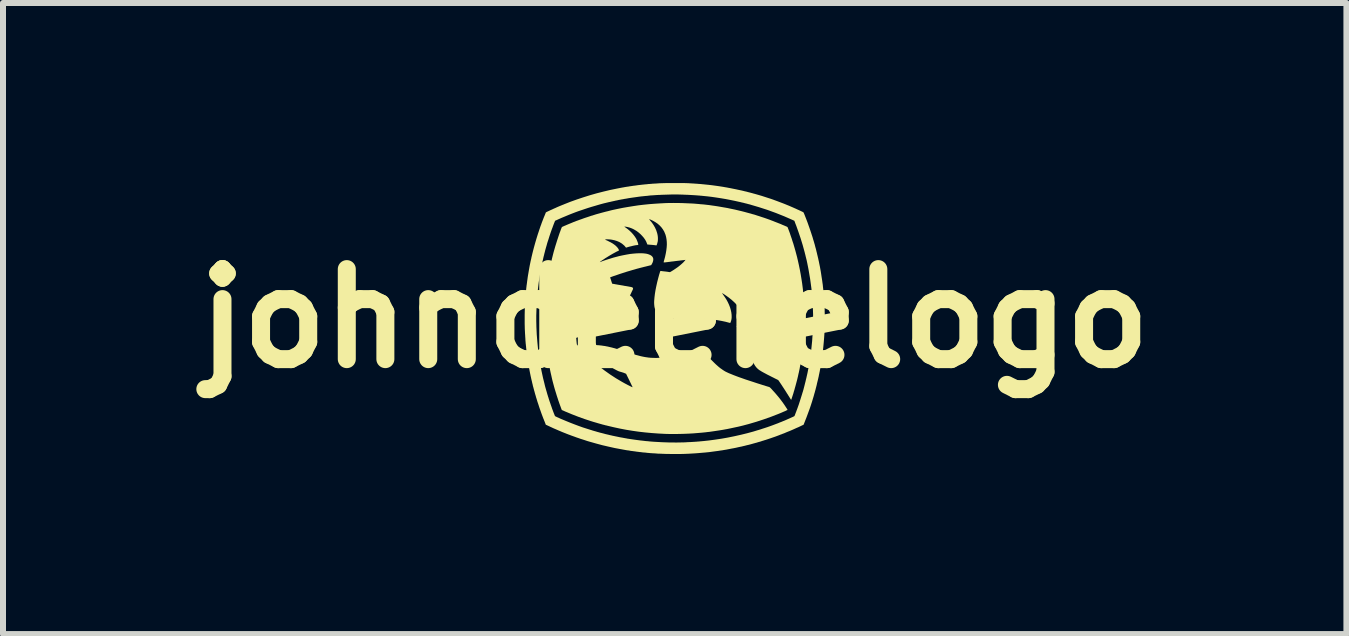
<source format=kicad_pcb>
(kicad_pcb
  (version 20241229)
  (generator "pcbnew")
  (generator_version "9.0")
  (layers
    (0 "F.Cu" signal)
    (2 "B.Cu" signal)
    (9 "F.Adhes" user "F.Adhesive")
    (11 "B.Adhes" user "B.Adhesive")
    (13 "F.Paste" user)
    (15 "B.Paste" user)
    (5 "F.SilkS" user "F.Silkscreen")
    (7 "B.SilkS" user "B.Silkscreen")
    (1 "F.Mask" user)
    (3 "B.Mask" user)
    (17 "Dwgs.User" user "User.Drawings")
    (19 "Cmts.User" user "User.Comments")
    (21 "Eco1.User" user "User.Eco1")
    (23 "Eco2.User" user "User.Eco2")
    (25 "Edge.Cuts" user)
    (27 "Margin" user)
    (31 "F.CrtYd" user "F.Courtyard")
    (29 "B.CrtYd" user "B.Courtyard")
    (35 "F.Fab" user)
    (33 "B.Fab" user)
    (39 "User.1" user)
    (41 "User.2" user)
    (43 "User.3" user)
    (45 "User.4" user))
  (footprint "johndeerelogo"
    (layer "F.Cu")
    (at 8.193 2.256)
    (property "Reference" "johndeerelogo" (at 0 0 0) (layer "F.SilkS") (effects (font (size 1.5 1.5) (thickness 0.3))))
    (attr board_only exclude_from_pos_files exclude_from_bom)
    (fp_poly (pts (xy 0.053 -2.256) (xy 0.093 -2.256) (xy 0.132 -2.256) (xy 0.168 -2.255) (xy 0.202 -2.254) (xy 0.232 -2.253) (xy 0.257 -2.251) (xy 0.26 -2.251) (xy 0.276 -2.25) (xy 0.295 -2.249) (xy 0.316 -2.248) (xy 0.337 -2.246) (xy 0.356 -2.245) (xy 0.356 -2.245) (xy 0.374 -2.244) (xy 0.392 -2.242) (xy 0.409 -2.241) (xy 0.423 -2.24) (xy 0.434 -2.239) (xy 0.436 -2.239) (xy 0.463 -2.236) (xy 0.486 -2.234) (xy 0.505 -2.232) (xy 0.522 -2.23) (xy 0.537 -2.229) (xy 0.551 -2.227) (xy 0.565 -2.226) (xy 0.58 -2.224) (xy 0.59 -2.223) (xy 0.632 -2.218) (xy 0.675 -2.212) (xy 0.719 -2.206) (xy 0.765 -2.199) (xy 0.815 -2.191) (xy 0.841 -2.186) (xy 0.867 -2.182) (xy 0.897 -2.176) (xy 0.93 -2.17) (xy 0.964 -2.163) (xy 0.999 -2.156) (xy 1.034 -2.149) (xy 1.046 -2.146) (xy 1.06 -2.143) (xy 1.075 -2.14) (xy 1.088 -2.137) (xy 1.098 -2.135) (xy 1.099 -2.135) (xy 1.107 -2.133) (xy 1.118 -2.131) (xy 1.133 -2.127) (xy 1.151 -2.123) (xy 1.169 -2.118) (xy 1.189 -2.114) (xy 1.208 -2.109) (xy 1.226 -2.104) (xy 1.243 -2.1) (xy 1.257 -2.096) (xy 1.267 -2.094) (xy 1.272 -2.092) (xy 1.281 -2.09) (xy 1.292 -2.087) (xy 1.306 -2.083) (xy 1.319 -2.079) (xy 1.321 -2.079) (xy 1.364 -2.067) (xy 1.409 -2.054) (xy 1.456 -2.04) (xy 1.502 -2.025) (xy 1.548 -2.01) (xy 1.592 -1.996) (xy 1.633 -1.982) (xy 1.668 -1.969) (xy 1.709 -1.954) (xy 1.746 -1.94) (xy 1.78 -1.927) (xy 1.812 -1.915) (xy 1.842 -1.903) (xy 1.871 -1.891) (xy 1.901 -1.879) (xy 1.931 -1.866) (xy 1.942 -1.861) (xy 1.959 -1.854) (xy 1.977 -1.846) (xy 1.997 -1.837) (xy 2.018 -1.828) (xy 2.039 -1.818) (xy 2.059 -1.809) (xy 2.079 -1.8) (xy 2.096 -1.792) (xy 2.111 -1.785) (xy 2.124 -1.779) (xy 2.132 -1.775) (xy 2.135 -1.773) (xy 2.147 -1.766) (xy 2.162 -1.731) (xy 2.187 -1.667) (xy 2.212 -1.602) (xy 2.235 -1.537) (xy 2.257 -1.474) (xy 2.277 -1.414) (xy 2.282 -1.398) (xy 2.289 -1.377) (xy 2.296 -1.356) (xy 2.302 -1.335) (xy 2.308 -1.314) (xy 2.314 -1.295) (xy 2.319 -1.279) (xy 2.323 -1.265) (xy 2.326 -1.255) (xy 2.327 -1.251) (xy 2.328 -1.246) (xy 2.331 -1.238) (xy 2.334 -1.227) (xy 2.337 -1.214) (xy 2.338 -1.211) (xy 2.344 -1.187) (xy 2.35 -1.167) (xy 2.355 -1.148) (xy 2.359 -1.131) (xy 2.363 -1.114) (xy 2.368 -1.095) (xy 2.373 -1.073) (xy 2.375 -1.064) (xy 2.381 -1.04) (xy 2.386 -1.018) (xy 2.391 -0.998) (xy 2.395 -0.978) (xy 2.4 -0.957) (xy 2.405 -0.934) (xy 2.407 -0.922) (xy 2.413 -0.893) (xy 2.42 -0.86) (xy 2.426 -0.825) (xy 2.433 -0.787) (xy 2.439 -0.749) (xy 2.445 -0.709) (xy 2.451 -0.67) (xy 2.457 -0.632) (xy 2.462 -0.595) (xy 2.467 -0.561) (xy 2.47 -0.53) (xy 2.473 -0.503) (xy 2.473 -0.502) (xy 2.475 -0.488) (xy 2.476 -0.474) (xy 2.478 -0.462) (xy 2.478 -0.457) (xy 2.48 -0.442) (xy 2.482 -0.424) (xy 2.484 -0.402) (xy 2.486 -0.377) (xy 2.488 -0.35) (xy 2.49 -0.322) (xy 2.492 -0.293) (xy 2.493 -0.264) (xy 2.495 -0.236) (xy 2.496 -0.209) (xy 2.497 -0.184) (xy 2.498 -0.175) (xy 2.499 -0.146) (xy 2.499 -0.114) (xy 2.5 -0.078) (xy 2.5 -0.041) (xy 2.5 -0.002) (xy 2.5 0.037) (xy 2.5 0.075) (xy 2.499 0.112) (xy 2.499 0.145) (xy 2.498 0.176) (xy 2.498 0.177) (xy 2.495 0.246) (xy 2.49 0.318) (xy 2.484 0.392) (xy 2.477 0.467) (xy 2.469 0.542) (xy 2.46 0.616) (xy 2.45 0.688) (xy 2.439 0.756) (xy 2.43 0.812) (xy 2.425 0.839) (xy 2.42 0.861) (xy 2.417 0.88) (xy 2.413 0.896) (xy 2.411 0.91) (xy 2.408 0.922) (xy 2.406 0.931) (xy 2.403 0.946) (xy 2.4 0.962) (xy 2.397 0.977) (xy 2.395 0.983) (xy 2.393 0.994) (xy 2.389 1.01) (xy 2.385 1.028) (xy 2.38 1.048) (xy 2.375 1.068) (xy 2.37 1.089) (xy 2.366 1.109) (xy 2.361 1.128) (xy 2.357 1.144) (xy 2.354 1.156) (xy 2.352 1.162) (xy 2.349 1.176) (xy 2.345 1.191) (xy 2.341 1.205) (xy 2.34 1.207) (xy 2.337 1.219) (xy 2.333 1.235) (xy 2.327 1.254) (xy 2.321 1.277) (xy 2.313 1.305) (xy 2.304 1.334) (xy 2.29 1.381) (xy 2.274 1.431) (xy 2.256 1.485) (xy 2.236 1.54) (xy 2.215 1.597) (xy 2.194 1.654) (xy 2.176 1.699) (xy 2.148 1.771) (xy 2.12 1.784) (xy 2.087 1.8) (xy 2.057 1.814) (xy 2.028 1.826) (xy 2 1.839) (xy 1.971 1.852) (xy 1.941 1.865) (xy 1.927 1.871) (xy 1.91 1.878) (xy 1.892 1.885) (xy 1.872 1.893) (xy 1.853 1.901) (xy 1.835 1.909) (xy 1.818 1.916) (xy 1.803 1.921) (xy 1.791 1.926) (xy 1.784 1.929) (xy 1.776 1.932) (xy 1.766 1.935) (xy 1.754 1.94) (xy 1.742 1.945) (xy 1.71 1.957) (xy 1.675 1.97) (xy 1.637 1.983) (xy 1.597 1.997) (xy 1.558 2.01) (xy 1.519 2.023) (xy 1.503 2.028) (xy 1.488 2.032) (xy 1.475 2.037) (xy 1.463 2.04) (xy 1.454 2.043) (xy 1.449 2.045) (xy 1.442 2.047) (xy 1.431 2.051) (xy 1.417 2.055) (xy 1.401 2.059) (xy 1.384 2.064) (xy 1.366 2.07) (xy 1.349 2.074) (xy 1.333 2.079) (xy 1.323 2.081) (xy 1.31 2.085) (xy 1.296 2.089) (xy 1.284 2.092) (xy 1.275 2.095) (xy 1.275 2.095) (xy 1.267 2.097) (xy 1.256 2.1) (xy 1.241 2.104) (xy 1.225 2.108) (xy 1.206 2.112) (xy 1.187 2.117) (xy 1.168 2.122) (xy 1.15 2.126) (xy 1.133 2.13) (xy 1.119 2.134) (xy 1.108 2.136) (xy 1.102 2.137) (xy 1.06 2.146) (xy 1.021 2.155) (xy 0.986 2.162) (xy 0.953 2.168) (xy 0.922 2.174) (xy 0.891 2.18) (xy 0.861 2.186) (xy 0.83 2.191) (xy 0.829 2.191) (xy 0.796 2.197) (xy 0.76 2.202) (xy 0.722 2.208) (xy 0.683 2.213) (xy 0.645 2.218) (xy 0.608 2.223) (xy 0.572 2.228) (xy 0.54 2.231) (xy 0.512 2.234) (xy 0.452 2.239) (xy 0.396 2.244) (xy 0.344 2.248) (xy 0.293 2.251) (xy 0.244 2.254) (xy 0.196 2.256) (xy 0.147 2.258) (xy 0.098 2.259) (xy 0.047 2.259) (xy -0.007 2.259) (xy -0.064 2.259) (xy -0.117 2.258) (xy -0.142 2.258) (xy -0.168 2.257) (xy -0.195 2.256) (xy -0.22 2.255) (xy -0.244 2.254) (xy -0.264 2.254) (xy -0.281 2.253) (xy -0.282 2.253) (xy -0.315 2.25) (xy -0.344 2.248) (xy -0.371 2.247) (xy -0.394 2.245) (xy -0.414 2.244) (xy -0.43 2.242) (xy -0.442 2.241) (xy -0.449 2.241) (xy -0.452 2.24) (xy -0.455 2.24) (xy -0.463 2.239) (xy -0.473 2.238) (xy -0.486 2.236) (xy -0.499 2.235) (xy -0.517 2.234) (xy -0.537 2.232) (xy -0.558 2.229) (xy -0.576 2.227) (xy -0.582 2.227) (xy -0.609 2.223) (xy -0.636 2.22) (xy -0.661 2.216) (xy -0.685 2.213) (xy -0.706 2.21) (xy -0.724 2.208) (xy -0.738 2.206) (xy -0.749 2.204) (xy -0.752 2.203) (xy -0.764 2.201) (xy -0.778 2.199) (xy -0.79 2.198) (xy -0.801 2.196) (xy -0.815 2.194) (xy -0.829 2.191) (xy -0.835 2.19) (xy -0.847 2.188) (xy -0.863 2.185) (xy -0.879 2.182) (xy -0.895 2.179) (xy -0.896 2.179) (xy -0.998 2.16) (xy -1.101 2.137) (xy -1.204 2.113) (xy -1.305 2.086) (xy -1.404 2.058) (xy -1.408 2.057) (xy -1.418 2.054) (xy -1.432 2.05) (xy -1.446 2.046) (xy -1.456 2.043) (xy -1.48 2.035) (xy -1.507 2.026) (xy -1.538 2.016) (xy -1.57 2.006) (xy -1.604 1.994) (xy -1.637 1.983) (xy -1.669 1.971) (xy -1.7 1.96) (xy -1.728 1.95) (xy -1.748 1.942) (xy -1.76 1.938) (xy -1.771 1.934) (xy -1.78 1.93) (xy -1.784 1.929) (xy -1.791 1.926) (xy -1.802 1.922) (xy -1.816 1.916) (xy -1.834 1.909) (xy -1.854 1.901) (xy -1.877 1.892) (xy -1.895 1.884) (xy -1.917 1.875) (xy -1.943 1.864) (xy -1.97 1.852) (xy -1.998 1.84) (xy -2.026 1.828) (xy -2.051 1.816) (xy -2.074 1.806) (xy -2.079 1.803) (xy -2.092 1.797) (xy -2.107 1.79) (xy -2.12 1.784) (xy -2.126 1.781) (xy -2.148 1.771) (xy -2.17 1.714) (xy -2.177 1.698) (xy -2.182 1.683) (xy -2.188 1.67) (xy -2.192 1.66) (xy -2.194 1.653) (xy -2.195 1.651) (xy -2.201 1.636) (xy -2.208 1.617) (xy -2.216 1.596) (xy -2.225 1.571) (xy -2.234 1.545) (xy -2.244 1.517) (xy -2.254 1.489) (xy -2.263 1.461) (xy -2.272 1.433) (xy -2.281 1.407) (xy -2.289 1.383) (xy -2.295 1.362) (xy -2.299 1.349) (xy -2.303 1.336) (xy -2.307 1.324) (xy -2.309 1.318) (xy -2.312 1.307) (xy -2.316 1.292) (xy -2.321 1.275) (xy -2.327 1.256) (xy -2.332 1.237) (xy -2.337 1.218) (xy -2.342 1.202) (xy -2.345 1.189) (xy -2.349 1.176) (xy -2.352 1.163) (xy -2.355 1.152) (xy -2.356 1.148) (xy -2.36 1.135) (xy -2.364 1.119) (xy -2.368 1.099) (xy -2.374 1.077) (xy -2.379 1.053) (xy -2.385 1.029) (xy -2.391 1.004) (xy -2.396 0.98) (xy -2.401 0.958) (xy -2.405 0.937) (xy -2.406 0.934) (xy -2.417 0.878) (xy -2.428 0.819) (xy -2.439 0.758) (xy -2.448 0.697) (xy -2.457 0.636) (xy -2.465 0.577) (xy -2.472 0.52) (xy -2.476 0.485) (xy -2.477 0.469) (xy -2.479 0.455) (xy -2.48 0.442) (xy -2.481 0.433) (xy -2.482 0.428) (xy -2.482 0.427) (xy -2.483 0.419) (xy -2.484 0.407) (xy -2.485 0.391) (xy -2.487 0.373) (xy -2.488 0.352) (xy -2.489 0.329) (xy -2.491 0.305) (xy -2.492 0.281) (xy -2.494 0.257) (xy -2.495 0.234) (xy -2.496 0.213) (xy -2.497 0.193) (xy -2.498 0.176) (xy -2.498 0.175) (xy -2.499 0.131) (xy -2.5 0.085) (xy -2.5 0.042) (xy -2.307 0.042) (xy -2.305 0.128) (xy -2.305 0.138) (xy -2.299 0.266) (xy -2.289 0.391) (xy -2.277 0.513) (xy -2.261 0.634) (xy -2.242 0.753) (xy -2.22 0.873) (xy -2.194 0.993) (xy -2.171 1.085) (xy -2.165 1.111) (xy -2.158 1.139) (xy -2.15 1.167) (xy -2.142 1.195) (xy -2.134 1.222) (xy -2.127 1.247) (xy -2.121 1.268) (xy -2.118 1.277) (xy -2.115 1.286) (xy -2.112 1.298) (xy -2.107 1.312) (xy -2.102 1.327) (xy -2.1 1.336) (xy -2.093 1.357) (xy -2.086 1.379) (xy -2.077 1.404) (xy -2.069 1.428) (xy -2.06 1.454) (xy -2.051 1.479) (xy -2.043 1.504) (xy -2.034 1.527) (xy -2.026 1.549) (xy -2.018 1.57) (xy -2.011 1.588) (xy -2.005 1.603) (xy -2 1.615) (xy -1.997 1.623) (xy -1.994 1.628) (xy -1.994 1.628) (xy -1.991 1.63) (xy -1.983 1.634) (xy -1.971 1.64) (xy -1.956 1.647) (xy -1.937 1.655) (xy -1.916 1.665) (xy -1.892 1.676) (xy -1.886 1.678) (xy -1.817 1.707) (xy -1.746 1.736) (xy -1.674 1.764) (xy -1.602 1.791) (xy -1.532 1.816) (xy -1.463 1.838) (xy -1.416 1.853) (xy -1.403 1.857) (xy -1.389 1.861) (xy -1.377 1.865) (xy -1.372 1.867) (xy -1.361 1.87) (xy -1.348 1.874) (xy -1.334 1.878) (xy -1.331 1.879) (xy -1.319 1.882) (xy -1.306 1.886) (xy -1.296 1.889) (xy -1.293 1.89) (xy -1.286 1.892) (xy -1.274 1.895) (xy -1.26 1.899) (xy -1.243 1.904) (xy -1.225 1.908) (xy -1.206 1.913) (xy -1.186 1.918) (xy -1.168 1.923) (xy -1.15 1.928) (xy -1.136 1.931) (xy -1.124 1.934) (xy -1.119 1.935) (xy -1.106 1.938) (xy -1.09 1.942) (xy -1.075 1.946) (xy -1.068 1.947) (xy -1.054 1.95) (xy -1.035 1.955) (xy -1.014 1.959) (xy -0.991 1.964) (xy -0.966 1.969) (xy -0.942 1.974) (xy -0.919 1.979) (xy -0.897 1.983) (xy -0.878 1.986) (xy -0.873 1.987) (xy -0.847 1.992) (xy -0.825 1.996) (xy -0.807 1.999) (xy -0.793 2.002) (xy -0.783 2.004) (xy -0.775 2.005) (xy -0.77 2.006) (xy -0.765 2.006) (xy -0.755 2.008) (xy -0.743 2.01) (xy -0.729 2.012) (xy -0.721 2.013) (xy -0.695 2.017) (xy -0.667 2.021) (xy -0.637 2.025) (xy -0.606 2.029) (xy -0.576 2.033) (xy -0.547 2.036) (xy -0.521 2.039) (xy -0.497 2.042) (xy -0.48 2.044) (xy -0.466 2.045) (xy -0.449 2.046) (xy -0.432 2.048) (xy -0.415 2.05) (xy -0.413 2.05) (xy -0.366 2.054) (xy -0.316 2.057) (xy -0.262 2.06) (xy -0.205 2.063) (xy -0.148 2.065) (xy -0.09 2.067) (xy -0.033 2.067) (xy 0.023 2.068) (xy 0.076 2.067) (xy 0.126 2.066) (xy 0.143 2.066) (xy 0.164 2.065) (xy 0.188 2.064) (xy 0.214 2.062) (xy 0.24 2.061) (xy 0.267 2.06) (xy 0.294 2.058) (xy 0.319 2.057) (xy 0.343 2.055) (xy 0.365 2.054) (xy 0.383 2.052) (xy 0.397 2.051) (xy 0.401 2.051) (xy 0.413 2.05) (xy 0.427 2.048) (xy 0.444 2.047) (xy 0.46 2.045) (xy 0.466 2.045) (xy 0.568 2.034) (xy 0.673 2.02) (xy 0.78 2.004) (xy 0.887 1.985) (xy 0.995 1.963) (xy 1.102 1.939) (xy 1.208 1.913) (xy 1.311 1.885) (xy 1.353 1.872) (xy 1.379 1.864) (xy 1.407 1.856) (xy 1.436 1.847) (xy 1.465 1.837) (xy 1.494 1.828) (xy 1.521 1.819) (xy 1.546 1.811) (xy 1.568 1.803) (xy 1.586 1.797) (xy 1.588 1.796) (xy 1.616 1.786) (xy 1.64 1.777) (xy 1.661 1.769) (xy 1.68 1.762) (xy 1.698 1.755) (xy 1.715 1.749) (xy 1.732 1.742) (xy 1.748 1.735) (xy 1.764 1.729) (xy 1.78 1.723) (xy 1.794 1.717) (xy 1.805 1.712) (xy 1.814 1.709) (xy 1.817 1.708) (xy 1.852 1.693) (xy 1.883 1.679) (xy 1.911 1.667) (xy 1.935 1.656) (xy 1.955 1.647) (xy 1.971 1.64) (xy 1.983 1.634) (xy 1.991 1.63) (xy 1.994 1.628) (xy 1.996 1.625) (xy 1.999 1.619) (xy 2.003 1.609) (xy 2.008 1.596) (xy 2.014 1.579) (xy 2.023 1.557) (xy 2.032 1.532) (xy 2.039 1.514) (xy 2.067 1.436) (xy 2.093 1.355) (xy 2.119 1.272) (xy 2.124 1.256) (xy 2.128 1.241) (xy 2.133 1.227) (xy 2.137 1.214) (xy 2.14 1.204) (xy 2.141 1.199) (xy 2.146 1.183) (xy 2.151 1.163) (xy 2.157 1.14) (xy 2.164 1.113) (xy 2.171 1.084) (xy 2.179 1.054) (xy 2.186 1.023) (xy 2.194 0.991) (xy 2.201 0.959) (xy 2.203 0.951) (xy 2.213 0.907) (xy 2.222 0.86) (xy 2.232 0.809) (xy 2.241 0.757) (xy 2.25 0.703) (xy 2.259 0.649) (xy 2.266 0.597) (xy 2.273 0.546) (xy 2.275 0.524) (xy 2.29 0.376) (xy 2.3 0.229) (xy 2.305 0.082) (xy 2.306 -0.064) (xy 2.301 -0.21) (xy 2.292 -0.355) (xy 2.278 -0.5) (xy 2.263 -0.612) (xy 2.256 -0.662) (xy 2.247 -0.714) (xy 2.238 -0.767) (xy 2.229 -0.819) (xy 2.219 -0.87) (xy 2.209 -0.92) (xy 2.199 -0.967) (xy 2.188 -1.011) (xy 2.179 -1.047) (xy 2.178 -1.054) (xy 2.175 -1.065) (xy 2.171 -1.078) (xy 2.168 -1.092) (xy 2.165 -1.104) (xy 2.133 -1.221) (xy 2.098 -1.335) (xy 2.06 -1.447) (xy 2.024 -1.548) (xy 2.018 -1.563) (xy 2.012 -1.578) (xy 2.007 -1.591) (xy 2.003 -1.603) (xy 2 -1.61) (xy 1.994 -1.627) (xy 1.959 -1.643) (xy 1.824 -1.702) (xy 1.686 -1.757) (xy 1.546 -1.808) (xy 1.403 -1.854) (xy 1.278 -1.891) (xy 1.262 -1.896) (xy 1.244 -1.901) (xy 1.223 -1.906) (xy 1.202 -1.912) (xy 1.181 -1.917) (xy 1.161 -1.922) (xy 1.143 -1.927) (xy 1.128 -1.93) (xy 1.119 -1.932) (xy 1.111 -1.934) (xy 1.1 -1.937) (xy 1.087 -1.94) (xy 1.073 -1.943) (xy 1.072 -1.943) (xy 1.001 -1.959) (xy 0.927 -1.974) (xy 0.85 -1.989) (xy 0.773 -2.002) (xy 0.696 -2.014) (xy 0.62 -2.025) (xy 0.546 -2.034) (xy 0.475 -2.041) (xy 0.464 -2.042) (xy 0.448 -2.044) (xy 0.431 -2.045) (xy 0.416 -2.047) (xy 0.403 -2.048) (xy 0.399 -2.048) (xy 0.375 -2.05) (xy 0.348 -2.052) (xy 0.316 -2.054) (xy 0.283 -2.056) (xy 0.247 -2.058) (xy 0.21 -2.06) (xy 0.172 -2.061) (xy 0.135 -2.063) (xy 0.098 -2.064) (xy 0.063 -2.065) (xy 0.031 -2.065) (xy 0.001 -2.066) (xy -0.004 -2.066) (xy -0.029 -2.065) (xy -0.057 -2.065) (xy -0.087 -2.064) (xy -0.118 -2.063) (xy -0.151 -2.062) (xy -0.185 -2.061) (xy -0.218 -2.06) (xy -0.252 -2.058) (xy -0.284 -2.057) (xy -0.315 -2.055) (xy -0.344 -2.053) (xy -0.371 -2.051) (xy -0.395 -2.05) (xy -0.415 -2.048) (xy -0.431 -2.046) (xy -0.441 -2.045) (xy -0.446 -2.044) (xy -0.455 -2.043) (xy -0.466 -2.042) (xy -0.479 -2.041) (xy -0.479 -2.041) (xy -0.501 -2.039) (xy -0.528 -2.036) (xy -0.559 -2.033) (xy -0.591 -2.029) (xy -0.626 -2.024) (xy -0.661 -2.019) (xy -0.697 -2.014) (xy -0.732 -2.009) (xy -0.765 -2.004) (xy -0.797 -1.998) (xy -0.826 -1.993) (xy -0.83 -1.993) (xy -0.844 -1.99) (xy -0.86 -1.987) (xy -0.876 -1.984) (xy -0.885 -1.983) (xy -0.899 -1.98) (xy -0.914 -1.977) (xy -0.928 -1.975) (xy -0.936 -1.973) (xy -0.948 -1.97) (xy -0.962 -1.967) (xy -0.977 -1.964) (xy -0.989 -1.962) (xy -1 -1.959) (xy -1.014 -1.956) (xy -1.032 -1.952) (xy -1.051 -1.948) (xy -1.071 -1.943) (xy -1.09 -1.939) (xy -1.109 -1.935) (xy -1.124 -1.931) (xy -1.133 -1.929) (xy -1.179 -1.918) (xy -1.228 -1.905) (xy -1.28 -1.89) (xy -1.334 -1.874) (xy -1.389 -1.858) (xy -1.444 -1.841) (xy -1.498 -1.823) (xy -1.551 -1.805) (xy -1.602 -1.788) (xy -1.649 -1.771) (xy -1.693 -1.754) (xy -1.696 -1.753) (xy -1.762 -1.727) (xy -1.824 -1.701) (xy -1.882 -1.677) (xy -1.936 -1.653) (xy -1.962 -1.641) (xy -1.994 -1.627) (xy -2 -1.61) (xy -2.003 -1.604) (xy -2.005 -1.598) (xy -2.008 -1.591) (xy -2.011 -1.584) (xy -2.014 -1.575) (xy -2.019 -1.563) (xy -2.024 -1.549) (xy -2.031 -1.531) (xy -2.034 -1.521) (xy -2.044 -1.496) (xy -2.054 -1.468) (xy -2.065 -1.437) (xy -2.076 -1.404) (xy -2.087 -1.371) (xy -2.097 -1.339) (xy -2.107 -1.307) (xy -2.117 -1.278) (xy -2.125 -1.252) (xy -2.129 -1.238) (xy -2.133 -1.222) (xy -2.138 -1.205) (xy -2.143 -1.188) (xy -2.148 -1.171) (xy -2.152 -1.156) (xy -2.156 -1.142) (xy -2.159 -1.132) (xy -2.16 -1.125) (xy -2.16 -1.124) (xy -2.162 -1.119) (xy -2.164 -1.11) (xy -2.167 -1.098) (xy -2.171 -1.084) (xy -2.175 -1.068) (xy -2.176 -1.061) (xy -2.185 -1.028) (xy -2.192 -0.997) (xy -2.199 -0.966) (xy -2.206 -0.935) (xy -2.213 -0.903) (xy -2.22 -0.869) (xy -2.227 -0.832) (xy -2.235 -0.792) (xy -2.239 -0.769) (xy -2.253 -0.686) (xy -2.266 -0.599) (xy -2.277 -0.509) (xy -2.287 -0.417) (xy -2.294 -0.324) (xy -2.3 -0.231) (xy -2.304 -0.138) (xy -2.307 -0.047) (xy -2.307 0.042) (xy -2.5 0.042) (xy -2.5 0.037) (xy -2.5 -0.012) (xy -2.5 -0.06) (xy -2.499 -0.108) (xy -2.498 -0.154) (xy -2.497 -0.198) (xy -2.495 -0.239) (xy -2.493 -0.277) (xy -2.492 -0.291) (xy -2.49 -0.318) (xy -2.488 -0.342) (xy -2.487 -0.362) (xy -2.485 -0.378) (xy -2.484 -0.392) (xy -2.483 -0.405) (xy -2.482 -0.415) (xy -2.481 -0.425) (xy -2.48 -0.435) (xy -2.479 -0.445) (xy -2.478 -0.454) (xy -2.477 -0.47) (xy -2.475 -0.485) (xy -2.474 -0.499) (xy -2.473 -0.51) (xy -2.472 -0.515) (xy -2.471 -0.526) (xy -2.469 -0.54) (xy -2.468 -0.553) (xy -2.467 -0.557) (xy -2.465 -0.57) (xy -2.463 -0.586) (xy -2.461 -0.599) (xy -2.461 -0.602) (xy -2.458 -0.625) (xy -2.454 -0.652) (xy -2.45 -0.683) (xy -2.445 -0.715) (xy -2.439 -0.75) (xy -2.433 -0.785) (xy -2.427 -0.82) (xy -2.421 -0.853) (xy -2.415 -0.886) (xy -2.409 -0.915) (xy -2.406 -0.929) (xy -2.403 -0.945) (xy -2.399 -0.962) (xy -2.395 -0.979) (xy -2.391 -0.996) (xy -2.388 -1.012) (xy -2.385 -1.026) (xy -2.382 -1.037) (xy -2.381 -1.044) (xy -2.38 -1.045) (xy -2.379 -1.05) (xy -2.377 -1.059) (xy -2.374 -1.071) (xy -2.371 -1.085) (xy -2.367 -1.1) (xy -2.366 -1.105) (xy -2.347 -1.178) (xy -2.326 -1.254) (xy -2.304 -1.329) (xy -2.281 -1.403) (xy -2.26 -1.465) (xy -2.256 -1.479) (xy -2.251 -1.493) (xy -2.247 -1.504) (xy -2.244 -1.513) (xy -2.243 -1.517) (xy -2.239 -1.528) (xy -2.234 -1.543) (xy -2.227 -1.56) (xy -2.22 -1.581) (xy -2.212 -1.603) (xy -2.203 -1.626) (xy -2.194 -1.649) (xy -2.185 -1.673) (xy -2.176 -1.695) (xy -2.167 -1.716) (xy -2.161 -1.731) (xy -2.147 -1.766) (xy -2.134 -1.774) (xy -2.125 -1.778) (xy -2.113 -1.784) (xy -2.097 -1.791) (xy -2.079 -1.8) (xy -2.058 -1.809) (xy -2.036 -1.819) (xy -2.013 -1.83) (xy -1.989 -1.84) (xy -1.966 -1.851) (xy -1.943 -1.861) (xy -1.922 -1.87) (xy -1.902 -1.878) (xy -1.885 -1.885) (xy -1.874 -1.89) (xy -1.862 -1.894) (xy -1.85 -1.899) (xy -1.841 -1.903) (xy -1.74 -1.943) (xy -1.634 -1.981) (xy -1.526 -2.017) (xy -1.415 -2.052) (xy -1.303 -2.084) (xy -1.19 -2.113) (xy -1.077 -2.14) (xy -0.965 -2.163) (xy -0.894 -2.177) (xy -0.878 -2.18) (xy -0.862 -2.183) (xy -0.847 -2.185) (xy -0.835 -2.188) (xy -0.834 -2.188) (xy -0.822 -2.19) (xy -0.81 -2.192) (xy -0.801 -2.193) (xy -0.797 -2.194) (xy -0.79 -2.195) (xy -0.78 -2.196) (xy -0.767 -2.198) (xy -0.753 -2.201) (xy -0.75 -2.201) (xy -0.737 -2.203) (xy -0.724 -2.205) (xy -0.709 -2.207) (xy -0.692 -2.21) (xy -0.672 -2.212) (xy -0.649 -2.215) (xy -0.623 -2.219) (xy -0.592 -2.223) (xy -0.58 -2.224) (xy -0.564 -2.226) (xy -0.546 -2.228) (xy -0.529 -2.23) (xy -0.515 -2.231) (xy -0.512 -2.232) (xy -0.497 -2.233) (xy -0.48 -2.235) (xy -0.462 -2.236) (xy -0.449 -2.238) (xy -0.44 -2.239) (xy -0.431 -2.24) (xy -0.421 -2.24) (xy -0.41 -2.241) (xy -0.398 -2.242) (xy -0.384 -2.243) (xy -0.367 -2.245) (xy -0.346 -2.246) (xy -0.323 -2.247) (xy -0.295 -2.249) (xy -0.282 -2.25) (xy -0.255 -2.252) (xy -0.224 -2.253) (xy -0.189 -2.254) (xy -0.152 -2.255) (xy -0.113 -2.256) (xy -0.072 -2.256) (xy -0.03 -2.256) (xy 0.012 -2.256)) (stroke (width 0) (type solid)) (fill yes) (layer "F.SilkS"))
    (fp_poly (pts (xy 0.025 -1.923) (xy 0.073 -1.923) (xy 0.122 -1.922) (xy 0.171 -1.92) (xy 0.218 -1.918) (xy 0.264 -1.916) (xy 0.307 -1.914) (xy 0.347 -1.911) (xy 0.378 -1.908) (xy 0.395 -1.907) (xy 0.413 -1.905) (xy 0.43 -1.903) (xy 0.445 -1.902) (xy 0.447 -1.902) (xy 0.484 -1.899) (xy 0.526 -1.894) (xy 0.571 -1.889) (xy 0.619 -1.882) (xy 0.669 -1.875) (xy 0.721 -1.867) (xy 0.773 -1.858) (xy 0.825 -1.849) (xy 0.877 -1.84) (xy 0.909 -1.833) (xy 0.958 -1.823) (xy 1.01 -1.812) (xy 1.064 -1.799) (xy 1.119 -1.786) (xy 1.173 -1.772) (xy 1.224 -1.758) (xy 1.273 -1.745) (xy 1.276 -1.744) (xy 1.288 -1.74) (xy 1.299 -1.737) (xy 1.308 -1.735) (xy 1.314 -1.733) (xy 1.326 -1.73) (xy 1.342 -1.725) (xy 1.36 -1.719) (xy 1.381 -1.712) (xy 1.404 -1.705) (xy 1.428 -1.697) (xy 1.452 -1.689) (xy 1.477 -1.681) (xy 1.501 -1.673) (xy 1.524 -1.665) (xy 1.544 -1.658) (xy 1.563 -1.651) (xy 1.578 -1.646) (xy 1.59 -1.641) (xy 1.597 -1.639) (xy 1.601 -1.637) (xy 1.609 -1.634) (xy 1.619 -1.63) (xy 1.633 -1.625) (xy 1.648 -1.619) (xy 1.66 -1.614) (xy 1.678 -1.607) (xy 1.696 -1.6) (xy 1.714 -1.593) (xy 1.729 -1.587) (xy 1.742 -1.582) (xy 1.747 -1.58) (xy 1.765 -1.573) (xy 1.783 -1.565) (xy 1.801 -1.557) (xy 1.819 -1.55) (xy 1.835 -1.543) (xy 1.849 -1.537) (xy 1.861 -1.532) (xy 1.869 -1.528) (xy 1.872 -1.527) (xy 1.874 -1.525) (xy 1.876 -1.524) (xy 1.878 -1.523) (xy 1.88 -1.521) (xy 1.882 -1.517) (xy 1.884 -1.512) (xy 1.887 -1.505) (xy 1.891 -1.494) (xy 1.896 -1.481) (xy 1.902 -1.465) (xy 1.91 -1.444) (xy 1.911 -1.441) (xy 1.918 -1.423) (xy 1.925 -1.401) (xy 1.933 -1.377) (xy 1.942 -1.351) (xy 1.951 -1.325) (xy 1.959 -1.298) (xy 1.967 -1.274) (xy 1.975 -1.251) (xy 1.981 -1.231) (xy 1.983 -1.224) (xy 1.997 -1.176) (xy 2.01 -1.131) (xy 2.021 -1.09) (xy 2.031 -1.052) (xy 2.04 -1.018) (xy 2.047 -0.986) (xy 2.048 -0.984) (xy 2.067 -0.899) (xy 2.084 -0.817) (xy 2.099 -0.737) (xy 2.112 -0.658) (xy 2.124 -0.58) (xy 2.134 -0.501) (xy 2.143 -0.42) (xy 2.149 -0.356) (xy 2.154 -0.282) (xy 2.158 -0.204) (xy 2.161 -0.124) (xy 2.163 -0.042) (xy 2.163 0.041) (xy 2.161 0.123) (xy 2.159 0.204) (xy 2.155 0.282) (xy 2.149 0.357) (xy 2.148 0.364) (xy 2.142 0.432) (xy 2.134 0.501) (xy 2.126 0.568) (xy 2.117 0.634) (xy 2.107 0.697) (xy 2.1 0.739) (xy 2.097 0.755) (xy 2.093 0.773) (xy 2.09 0.792) (xy 2.086 0.811) (xy 2.083 0.829) (xy 2.08 0.845) (xy 2.077 0.859) (xy 2.075 0.869) (xy 2.074 0.873) (xy 2.072 0.881) (xy 2.07 0.893) (xy 2.067 0.906) (xy 2.064 0.917) (xy 2.053 0.968) (xy 2.04 1.022) (xy 2.026 1.075) (xy 2.012 1.127) (xy 1.998 1.176) (xy 1.998 1.177) (xy 1.994 1.192) (xy 1.989 1.207) (xy 1.985 1.22) (xy 1.982 1.231) (xy 1.981 1.234) (xy 1.978 1.245) (xy 1.974 1.259) (xy 1.969 1.273) (xy 1.964 1.289) (xy 1.959 1.304) (xy 1.954 1.319) (xy 1.95 1.332) (xy 1.946 1.343) (xy 1.943 1.351) (xy 1.941 1.355) (xy 1.941 1.356) (xy 1.939 1.355) (xy 1.935 1.35) (xy 1.93 1.342) (xy 1.924 1.333) (xy 1.921 1.328) (xy 1.913 1.315) (xy 1.905 1.302) (xy 1.898 1.291) (xy 1.892 1.282) (xy 1.891 1.281) (xy 1.887 1.274) (xy 1.881 1.263) (xy 1.872 1.251) (xy 1.863 1.236) (xy 1.854 1.221) (xy 1.848 1.212) (xy 1.838 1.196) (xy 1.826 1.178) (xy 1.814 1.159) (xy 1.801 1.14) (xy 1.789 1.121) (xy 1.777 1.103) (xy 1.765 1.085) (xy 1.754 1.069) (xy 1.745 1.055) (xy 1.737 1.044) (xy 1.731 1.035) (xy 1.727 1.03) (xy 1.725 1.028) (xy 1.722 1.026) (xy 1.716 1.023) (xy 1.705 1.017) (xy 1.692 1.011) (xy 1.676 1.003) (xy 1.658 0.994) (xy 1.639 0.984) (xy 1.624 0.977) (xy 1.581 0.955) (xy 1.541 0.935) (xy 1.506 0.916) (xy 1.476 0.9) (xy 1.449 0.885) (xy 1.427 0.871) (xy 1.413 0.863) (xy 1.392 0.847) (xy 1.373 0.83) (xy 1.355 0.81) (xy 1.338 0.787) (xy 1.323 0.762) (xy 1.308 0.733) (xy 1.294 0.7) (xy 1.281 0.663) (xy 1.268 0.622) (xy 1.261 0.596) (xy 1.247 0.547) (xy 1.234 0.502) (xy 1.221 0.462) (xy 1.208 0.424) (xy 1.194 0.39) (xy 1.18 0.357) (xy 1.165 0.326) (xy 1.149 0.297) (xy 1.132 0.268) (xy 1.128 0.259) (xy 1.117 0.243) (xy 1.105 0.225) (xy 1.092 0.207) (xy 1.079 0.19) (xy 1.066 0.174) (xy 1.055 0.161) (xy 1.045 0.15) (xy 1.04 0.145) (xy 1.034 0.139) (xy 1.032 0.135) (xy 1.035 0.131) (xy 1.042 0.128) (xy 1.043 0.127) (xy 1.052 0.124) (xy 1.063 0.119) (xy 1.074 0.115) (xy 1.074 0.115) (xy 1.082 0.111) (xy 1.094 0.107) (xy 1.108 0.101) (xy 1.123 0.095) (xy 1.139 0.088) (xy 1.141 0.087) (xy 1.156 0.082) (xy 1.169 0.076) (xy 1.179 0.072) (xy 1.186 0.069) (xy 1.19 0.068) (xy 1.191 0.067) (xy 1.191 0.065) (xy 1.19 0.058) (xy 1.188 0.049) (xy 1.185 0.038) (xy 1.182 0.026) (xy 1.179 0.014) (xy 1.176 0.003) (xy 1.173 -0.006) (xy 1.172 -0.009) (xy 1.154 -0.053) (xy 1.131 -0.098) (xy 1.103 -0.142) (xy 1.071 -0.185) (xy 1.034 -0.227) (xy 0.993 -0.269) (xy 0.948 -0.31) (xy 0.899 -0.349) (xy 0.892 -0.354) (xy 0.878 -0.364) (xy 0.863 -0.375) (xy 0.848 -0.385) (xy 0.834 -0.395) (xy 0.82 -0.404) (xy 0.809 -0.411) (xy 0.799 -0.417) (xy 0.793 -0.42) (xy 0.789 -0.421) (xy 0.789 -0.421) (xy 0.79 -0.419) (xy 0.793 -0.414) (xy 0.799 -0.407) (xy 0.803 -0.401) (xy 0.833 -0.358) (xy 0.861 -0.315) (xy 0.885 -0.271) (xy 0.905 -0.228) (xy 0.922 -0.184) (xy 0.934 -0.142) (xy 0.943 -0.101) (xy 0.948 -0.061) (xy 0.949 -0.022) (xy 0.948 -0.004) (xy 0.944 0.023) (xy 0.938 0.045) (xy 0.931 0.065) (xy 0.93 0.067) (xy 0.927 0.072) (xy 0.924 0.075) (xy 0.923 0.076) (xy 0.92 0.075) (xy 0.913 0.073) (xy 0.904 0.071) (xy 0.901 0.07) (xy 0.844 0.055) (xy 0.783 0.042) (xy 0.717 0.03) (xy 0.646 0.021) (xy 0.572 0.013) (xy 0.493 0.006) (xy 0.409 0.002) (xy 0.321 -0.001) (xy 0.229 -0.002) (xy 0.133 -0.001) (xy 0.082 -0.000078) (xy 0.051 0.001) (xy 0.024 0.001) (xy 0.001 0.002) (xy -0.018 0.002) (xy -0.034 0.002) (xy -0.049 0.002) (xy -0.061 0.001) (xy -0.071 0.001) (xy -0.078 0.000133) (xy -0.12 -0.005) (xy -0.158 -0.013) (xy -0.192 -0.023) (xy -0.223 -0.037) (xy -0.25 -0.054) (xy -0.275 -0.073) (xy -0.284 -0.083) (xy -0.302 -0.105) (xy -0.317 -0.13) (xy -0.329 -0.159) (xy -0.337 -0.19) (xy -0.341 -0.224) (xy -0.343 -0.261) (xy -0.342 -0.293) (xy -0.337 -0.351) (xy -0.33 -0.41) (xy -0.32 -0.472) (xy -0.307 -0.536) (xy -0.292 -0.604) (xy -0.274 -0.674) (xy -0.258 -0.733) (xy -0.252 -0.751) (xy -0.248 -0.765) (xy -0.245 -0.775) (xy -0.242 -0.783) (xy -0.24 -0.787) (xy -0.238 -0.79) (xy -0.235 -0.791) (xy -0.232 -0.791) (xy -0.228 -0.79) (xy -0.225 -0.79) (xy -0.217 -0.789) (xy -0.204 -0.787) (xy -0.188 -0.785) (xy -0.167 -0.783) (xy -0.142 -0.78) (xy -0.112 -0.776) (xy -0.108 -0.775) (xy -0.079 -0.771) (xy -0.058 -0.783) (xy -0.019 -0.807) (xy 0.018 -0.832) (xy 0.054 -0.857) (xy 0.088 -0.884) (xy 0.118 -0.91) (xy 0.145 -0.935) (xy 0.167 -0.96) (xy 0.17 -0.963) (xy 0.18 -0.976) (xy 0.146 -0.971) (xy 0.133 -0.97) (xy 0.117 -0.968) (xy 0.098 -0.966) (xy 0.078 -0.963) (xy 0.059 -0.961) (xy 0.049 -0.96) (xy 0.016 -0.956) (xy -0.013 -0.952) (xy -0.038 -0.949) (xy -0.059 -0.947) (xy -0.077 -0.944) (xy -0.093 -0.942) (xy -0.106 -0.941) (xy -0.117 -0.939) (xy -0.127 -0.938) (xy -0.136 -0.937) (xy -0.144 -0.936) (xy -0.15 -0.935) (xy -0.162 -0.934) (xy -0.172 -0.933) (xy -0.18 -0.933) (xy -0.184 -0.933) (xy -0.185 -0.933) (xy -0.184 -0.936) (xy -0.183 -0.943) (xy -0.181 -0.952) (xy -0.178 -0.964) (xy -0.177 -0.966) (xy -0.161 -1.025) (xy -0.149 -1.081) (xy -0.14 -1.133) (xy -0.134 -1.183) (xy -0.131 -1.229) (xy -0.132 -1.274) (xy -0.136 -1.316) (xy -0.143 -1.355) (xy -0.153 -1.393) (xy -0.159 -1.408) (xy -0.175 -1.447) (xy -0.197 -1.484) (xy -0.222 -1.518) (xy -0.251 -1.549) (xy -0.284 -1.578) (xy -0.322 -1.604) (xy -0.362 -1.627) (xy -0.387 -1.639) (xy -0.402 -1.646) (xy -0.413 -1.65) (xy -0.421 -1.652) (xy -0.424 -1.652) (xy -0.424 -1.649) (xy -0.421 -1.644) (xy -0.414 -1.637) (xy -0.413 -1.635) (xy -0.38 -1.596) (xy -0.352 -1.555) (xy -0.328 -1.513) (xy -0.308 -1.469) (xy -0.293 -1.423) (xy -0.285 -1.389) (xy -0.282 -1.367) (xy -0.28 -1.343) (xy -0.28 -1.319) (xy -0.281 -1.296) (xy -0.284 -1.276) (xy -0.284 -1.276) (xy -0.287 -1.266) (xy -0.29 -1.254) (xy -0.293 -1.243) (xy -0.297 -1.232) (xy -0.3 -1.224) (xy -0.302 -1.219) (xy -0.302 -1.218) (xy -0.305 -1.217) (xy -0.312 -1.218) (xy -0.321 -1.219) (xy -0.325 -1.219) (xy -0.333 -1.221) (xy -0.346 -1.222) (xy -0.361 -1.224) (xy -0.378 -1.225) (xy -0.396 -1.227) (xy -0.401 -1.227) (xy -0.456 -1.232) (xy -0.463 -1.25) (xy -0.476 -1.282) (xy -0.494 -1.314) (xy -0.516 -1.345) (xy -0.542 -1.375) (xy -0.57 -1.404) (xy -0.601 -1.431) (xy -0.634 -1.456) (xy -0.669 -1.477) (xy -0.685 -1.486) (xy -0.71 -1.498) (xy -0.733 -1.507) (xy -0.756 -1.515) (xy -0.772 -1.519) (xy -0.783 -1.522) (xy -0.796 -1.525) (xy -0.809 -1.527) (xy -0.821 -1.529) (xy -0.831 -1.531) (xy -0.835 -1.531) (xy -0.838 -1.53) (xy -0.835 -1.527) (xy -0.829 -1.521) (xy -0.821 -1.516) (xy -0.784 -1.489) (xy -0.75 -1.46) (xy -0.718 -1.429) (xy -0.689 -1.396) (xy -0.664 -1.363) (xy -0.644 -1.332) (xy -0.637 -1.319) (xy -0.631 -1.305) (xy -0.625 -1.29) (xy -0.619 -1.275) (xy -0.614 -1.261) (xy -0.61 -1.248) (xy -0.608 -1.238) (xy -0.607 -1.23) (xy -0.608 -1.226) (xy -0.608 -1.226) (xy -0.612 -1.224) (xy -0.619 -1.223) (xy -0.627 -1.222) (xy -0.641 -1.221) (xy -0.659 -1.218) (xy -0.679 -1.214) (xy -0.701 -1.209) (xy -0.724 -1.203) (xy -0.747 -1.198) (xy -0.769 -1.192) (xy -0.783 -1.188) (xy -0.793 -1.185) (xy -0.801 -1.182) (xy -0.807 -1.181) (xy -0.808 -1.18) (xy -0.813 -1.181) (xy -0.818 -1.187) (xy -0.821 -1.191) (xy -0.83 -1.202) (xy -0.842 -1.215) (xy -0.856 -1.227) (xy -0.87 -1.239) (xy -0.883 -1.249) (xy -0.886 -1.251) (xy -0.923 -1.273) (xy -0.963 -1.29) (xy -1.005 -1.303) (xy -1.044 -1.311) (xy -1.057 -1.313) (xy -1.071 -1.315) (xy -1.087 -1.316) (xy -1.103 -1.317) (xy -1.119 -1.318) (xy -1.132 -1.318) (xy -1.143 -1.318) (xy -1.15 -1.318) (xy -1.151 -1.318) (xy -1.156 -1.315) (xy -1.157 -1.312) (xy -1.153 -1.309) (xy -1.148 -1.306) (xy -1.139 -1.303) (xy -1.128 -1.298) (xy -1.113 -1.291) (xy -1.098 -1.283) (xy -1.082 -1.275) (xy -1.067 -1.268) (xy -1.054 -1.26) (xy -1.043 -1.254) (xy -1.042 -1.254) (xy -1.014 -1.235) (xy -0.989 -1.216) (xy -0.968 -1.196) (xy -0.951 -1.177) (xy -0.938 -1.158) (xy -0.936 -1.154) (xy -0.932 -1.145) (xy -0.93 -1.138) (xy -0.929 -1.134) (xy -0.929 -1.133) (xy -0.932 -1.131) (xy -0.938 -1.127) (xy -0.946 -1.123) (xy -0.946 -1.123) (xy -0.966 -1.114) (xy -0.988 -1.102) (xy -1.014 -1.088) (xy -1.041 -1.073) (xy -1.07 -1.056) (xy -1.1 -1.038) (xy -1.129 -1.02) (xy -1.158 -1.002) (xy -1.186 -0.983) (xy -1.212 -0.966) (xy -1.233 -0.952) (xy -1.241 -0.945) (xy -1.246 -0.941) (xy -1.247 -0.939) (xy -1.244 -0.939) (xy -1.241 -0.94) (xy -1.211 -0.952) (xy -1.177 -0.964) (xy -1.141 -0.976) (xy -1.103 -0.988) (xy -1.064 -1) (xy -1.026 -1.012) (xy -0.989 -1.022) (xy -0.954 -1.031) (xy -0.929 -1.038) (xy -0.863 -1.052) (xy -0.801 -1.064) (xy -0.743 -1.074) (xy -0.688 -1.08) (xy -0.636 -1.084) (xy -0.588 -1.086) (xy -0.552 -1.086) (xy -0.519 -1.084) (xy -0.491 -1.081) (xy -0.466 -1.077) (xy -0.443 -1.071) (xy -0.423 -1.063) (xy -0.408 -1.057) (xy -0.389 -1.045) (xy -0.375 -1.032) (xy -0.364 -1.016) (xy -0.358 -0.998) (xy -0.357 -0.979) (xy -0.36 -0.958) (xy -0.367 -0.935) (xy -0.379 -0.91) (xy -0.38 -0.909) (xy -0.392 -0.888) (xy -0.487 -0.864) (xy -0.509 -0.859) (xy -0.531 -0.853) (xy -0.552 -0.848) (xy -0.571 -0.843) (xy -0.587 -0.839) (xy -0.6 -0.835) (xy -0.61 -0.833) (xy -0.61 -0.833) (xy -0.624 -0.829) (xy -0.639 -0.825) (xy -0.652 -0.821) (xy -0.659 -0.819) (xy -0.683 -0.812) (xy -0.712 -0.804) (xy -0.745 -0.794) (xy -0.783 -0.783) (xy -0.806 -0.776) (xy -0.826 -0.769) (xy -0.849 -0.762) (xy -0.874 -0.754) (xy -0.899 -0.746) (xy -0.926 -0.737) (xy -0.952 -0.728) (xy -0.977 -0.719) (xy -1.001 -0.711) (xy -1.023 -0.704) (xy -1.042 -0.697) (xy -1.058 -0.691) (xy -1.07 -0.686) (xy -1.077 -0.684) (xy -1.07 -0.664) (xy -1.066 -0.653) (xy -1.062 -0.64) (xy -1.057 -0.625) (xy -1.053 -0.611) (xy -1.053 -0.611) (xy -1.042 -0.579) (xy -1.021 -0.575) (xy -1.011 -0.574) (xy -0.997 -0.571) (xy -0.982 -0.568) (xy -0.967 -0.566) (xy -0.963 -0.565) (xy -0.947 -0.562) (xy -0.928 -0.559) (xy -0.91 -0.556) (xy -0.894 -0.553) (xy -0.894 -0.553) (xy -0.88 -0.551) (xy -0.862 -0.548) (xy -0.844 -0.544) (xy -0.826 -0.541) (xy -0.817 -0.54) (xy -0.8 -0.537) (xy -0.783 -0.534) (xy -0.766 -0.531) (xy -0.752 -0.528) (xy -0.745 -0.527) (xy -0.729 -0.524) (xy -0.717 -0.521) (xy -0.709 -0.518) (xy -0.703 -0.515) (xy -0.699 -0.511) (xy -0.697 -0.508) (xy -0.695 -0.503) (xy -0.694 -0.499) (xy -0.695 -0.494) (xy -0.696 -0.487) (xy -0.7 -0.478) (xy -0.705 -0.467) (xy -0.712 -0.453) (xy -0.72 -0.436) (xy -0.726 -0.422) (xy -0.732 -0.41) (xy -0.738 -0.398) (xy -0.743 -0.387) (xy -0.748 -0.374) (xy -0.754 -0.36) (xy -0.762 -0.343) (xy -0.77 -0.323) (xy -0.772 -0.32) (xy -0.777 -0.306) (xy -0.784 -0.288) (xy -0.792 -0.268) (xy -0.8 -0.246) (xy -0.807 -0.225) (xy -0.814 -0.204) (xy -0.82 -0.186) (xy -0.841 -0.112) (xy -0.86 -0.036) (xy -0.876 0.043) (xy -0.888 0.121) (xy -0.891 0.14) (xy -0.893 0.154) (xy -0.894 0.167) (xy -0.896 0.177) (xy -0.897 0.185) (xy -0.897 0.187) (xy -0.899 0.194) (xy -0.949 0.2) (xy -1.031 0.209) (xy -1.108 0.219) (xy -1.181 0.228) (xy -1.249 0.238) (xy -1.314 0.248) (xy -1.374 0.259) (xy -1.43 0.269) (xy -1.483 0.28) (xy -1.522 0.289) (xy -1.537 0.293) (xy -1.552 0.297) (xy -1.569 0.302) (xy -1.585 0.306) (xy -1.601 0.311) (xy -1.615 0.315) (xy -1.626 0.319) (xy -1.635 0.322) (xy -1.64 0.324) (xy -1.64 0.324) (xy -1.641 0.327) (xy -1.641 0.334) (xy -1.64 0.343) (xy -1.639 0.352) (xy -1.638 0.364) (xy -1.637 0.378) (xy -1.635 0.393) (xy -1.635 0.396) (xy -1.631 0.432) (xy -1.614 0.454) (xy -1.593 0.477) (xy -1.572 0.501) (xy -1.55 0.525) (xy -1.526 0.551) (xy -1.5 0.578) (xy -1.472 0.606) (xy -1.454 0.624) (xy -1.438 0.639) (xy -1.425 0.653) (xy -1.414 0.664) (xy -1.404 0.673) (xy -1.394 0.682) (xy -1.385 0.691) (xy -1.375 0.7) (xy -1.364 0.709) (xy -1.352 0.72) (xy -1.349 0.723) (xy -1.26 0.798) (xy -1.169 0.868) (xy -1.075 0.935) (xy -0.978 0.998) (xy -0.878 1.057) (xy -0.842 1.077) (xy -0.826 1.086) (xy -0.808 1.095) (xy -0.79 1.105) (xy -0.772 1.114) (xy -0.756 1.122) (xy -0.74 1.13) (xy -0.727 1.136) (xy -0.716 1.142) (xy -0.707 1.145) (xy -0.703 1.147) (xy -0.702 1.147) (xy -0.703 1.145) (xy -0.705 1.138) (xy -0.71 1.128) (xy -0.716 1.116) (xy -0.724 1.1) (xy -0.732 1.082) (xy -0.742 1.062) (xy -0.752 1.041) (xy -0.755 1.035) (xy -0.81 0.923) (xy -0.826 0.916) (xy -0.838 0.911) (xy -0.853 0.905) (xy -0.869 0.9) (xy -0.884 0.895) (xy -0.898 0.892) (xy -0.899 0.891) (xy -0.917 0.886) (xy -0.939 0.878) (xy -0.962 0.867) (xy -0.987 0.854) (xy -1.013 0.84) (xy -1.038 0.824) (xy -1.062 0.808) (xy -1.085 0.791) (xy -1.087 0.789) (xy -1.134 0.749) (xy -1.181 0.704) (xy -1.225 0.655) (xy -1.269 0.602) (xy -1.309 0.546) (xy -1.322 0.527) (xy -1.333 0.51) (xy -1.343 0.495) (xy -1.352 0.48) (xy -1.359 0.467) (xy -1.365 0.456) (xy -1.369 0.449) (xy -1.37 0.444) (xy -1.37 0.443) (xy -1.366 0.443) (xy -1.359 0.442) (xy -1.348 0.442) (xy -1.334 0.443) (xy -1.318 0.444) (xy -1.301 0.445) (xy -1.283 0.446) (xy -1.265 0.447) (xy -1.247 0.449) (xy -1.231 0.451) (xy -1.216 0.452) (xy -1.213 0.453) (xy -1.187 0.457) (xy -1.162 0.46) (xy -1.139 0.465) (xy -1.116 0.469) (xy -1.091 0.475) (xy -1.065 0.481) (xy -1.035 0.488) (xy -1.034 0.489) (xy -1.018 0.493) (xy -0.998 0.498) (xy -0.976 0.505) (xy -0.953 0.511) (xy -0.929 0.519) (xy -0.906 0.526) (xy -0.884 0.532) (xy -0.864 0.539) (xy -0.848 0.544) (xy -0.844 0.546) (xy -0.839 0.547) (xy -0.83 0.55) (xy -0.818 0.554) (xy -0.803 0.559) (xy -0.787 0.564) (xy -0.77 0.57) (xy -0.769 0.57) (xy -0.723 0.584) (xy -0.681 0.597) (xy -0.643 0.609) (xy -0.607 0.618) (xy -0.575 0.627) (xy -0.544 0.634) (xy -0.515 0.64) (xy -0.487 0.645) (xy -0.459 0.649) (xy -0.432 0.653) (xy -0.427 0.653) (xy -0.399 0.656) (xy -0.367 0.657) (xy -0.331 0.658) (xy -0.294 0.658) (xy -0.254 0.656) (xy -0.215 0.654) (xy -0.175 0.652) (xy -0.137 0.648) (xy -0.128 0.647) (xy -0.105 0.644) (xy -0.083 0.642) (xy -0.062 0.639) (xy -0.043 0.637) (xy -0.027 0.635) (xy -0.014 0.633) (xy -0.006 0.632) (xy 0.003 0.631) (xy 0.016 0.629) (xy 0.032 0.627) (xy 0.051 0.625) (xy 0.07 0.622) (xy 0.089 0.62) (xy 0.108 0.618) (xy 0.109 0.618) (xy 0.14 0.614) (xy 0.175 0.611) (xy 0.213 0.609) (xy 0.252 0.607) (xy 0.291 0.605) (xy 0.329 0.604) (xy 0.366 0.604) (xy 0.399 0.605) (xy 0.42 0.605) (xy 0.438 0.606) (xy 0.457 0.607) (xy 0.475 0.608) (xy 0.493 0.609) (xy 0.508 0.61) (xy 0.522 0.611) (xy 0.532 0.612) (xy 0.538 0.613) (xy 0.541 0.614) (xy 0.542 0.616) (xy 0.546 0.62) (xy 0.552 0.627) (xy 0.556 0.631) (xy 0.578 0.657) (xy 0.604 0.685) (xy 0.631 0.712) (xy 0.659 0.74) (xy 0.686 0.766) (xy 0.713 0.79) (xy 0.738 0.812) (xy 0.745 0.817) (xy 0.758 0.828) (xy 0.774 0.839) (xy 0.791 0.851) (xy 0.807 0.862) (xy 0.821 0.871) (xy 0.827 0.875) (xy 0.848 0.887) (xy 0.873 0.899) (xy 0.903 0.913) (xy 0.938 0.927) (xy 0.977 0.943) (xy 1.021 0.96) (xy 1.069 0.978) (xy 1.121 0.996) (xy 1.177 1.016) (xy 1.238 1.036) (xy 1.303 1.057) (xy 1.372 1.08) (xy 1.445 1.103) (xy 1.467 1.11) (xy 1.489 1.116) (xy 1.509 1.123) (xy 1.528 1.129) (xy 1.544 1.134) (xy 1.558 1.138) (xy 1.568 1.141) (xy 1.575 1.143) (xy 1.576 1.144) (xy 1.582 1.147) (xy 1.589 1.152) (xy 1.597 1.16) (xy 1.608 1.171) (xy 1.612 1.175) (xy 1.635 1.201) (xy 1.659 1.227) (xy 1.682 1.253) (xy 1.704 1.279) (xy 1.725 1.304) (xy 1.743 1.326) (xy 1.753 1.339) (xy 1.761 1.349) (xy 1.769 1.36) (xy 1.777 1.37) (xy 1.777 1.37) (xy 1.787 1.384) (xy 1.798 1.398) (xy 1.809 1.414) (xy 1.821 1.431) (xy 1.832 1.447) (xy 1.843 1.464) (xy 1.853 1.479) (xy 1.862 1.493) (xy 1.87 1.505) (xy 1.875 1.514) (xy 1.879 1.521) (xy 1.88 1.524) (xy 1.88 1.524) (xy 1.877 1.527) (xy 1.869 1.53) (xy 1.858 1.535) (xy 1.845 1.542) (xy 1.828 1.549) (xy 1.809 1.557) (xy 1.789 1.566) (xy 1.768 1.575) (xy 1.746 1.584) (xy 1.729 1.591) (xy 1.608 1.638) (xy 1.484 1.682) (xy 1.358 1.723) (xy 1.232 1.76) (xy 1.179 1.774) (xy 1.138 1.785) (xy 1.097 1.795) (xy 1.055 1.805) (xy 1.012 1.814) (xy 0.966 1.824) (xy 0.918 1.834) (xy 0.865 1.845) (xy 0.846 1.848) (xy 0.815 1.854) (xy 0.78 1.86) (xy 0.742 1.866) (xy 0.702 1.872) (xy 0.661 1.878) (xy 0.62 1.884) (xy 0.579 1.89) (xy 0.541 1.894) (xy 0.519 1.897) (xy 0.45 1.904) (xy 0.378 1.91) (xy 0.304 1.916) (xy 0.23 1.92) (xy 0.155 1.923) (xy 0.081 1.925) (xy 0.008 1.926) (xy -0.062 1.926) (xy -0.128 1.925) (xy -0.157 1.924) (xy -0.272 1.918) (xy -0.383 1.91) (xy -0.491 1.9) (xy -0.597 1.888) (xy -0.701 1.873) (xy -0.806 1.856) (xy -0.911 1.836) (xy -1.017 1.813) (xy -1.118 1.789) (xy -1.137 1.784) (xy -1.157 1.78) (xy -1.174 1.775) (xy -1.19 1.771) (xy -1.203 1.768) (xy -1.213 1.765) (xy -1.213 1.765) (xy -1.241 1.757) (xy -1.266 1.75) (xy -1.287 1.744) (xy -1.306 1.738) (xy -1.324 1.733) (xy -1.341 1.728) (xy -1.359 1.723) (xy -1.377 1.717) (xy -1.397 1.711) (xy -1.503 1.676) (xy -1.609 1.638) (xy -1.714 1.597) (xy -1.781 1.569) (xy -1.795 1.563) (xy -1.81 1.557) (xy -1.825 1.551) (xy -1.84 1.544) (xy -1.853 1.538) (xy -1.865 1.533) (xy -1.874 1.529) (xy -1.879 1.527) (xy -1.881 1.526) (xy -1.883 1.523) (xy -1.885 1.516) (xy -1.889 1.506) (xy -1.894 1.494) (xy -1.899 1.479) (xy -1.905 1.463) (xy -1.911 1.447) (xy -1.917 1.43) (xy -1.923 1.414) (xy -1.928 1.399) (xy -1.928 1.398) (xy -1.938 1.371) (xy -1.947 1.342) (xy -1.957 1.312) (xy -1.967 1.281) (xy -1.976 1.251) (xy -1.985 1.222) (xy -1.993 1.196) (xy -2 1.173) (xy -2.002 1.165) (xy -2.006 1.152) (xy -2.009 1.141) (xy -2.012 1.131) (xy -2.013 1.126) (xy -2.019 1.104) (xy -2.026 1.078) (xy -2.034 1.048) (xy -2.042 1.016) (xy -2.05 0.981) (xy -2.058 0.944) (xy -2.067 0.906) (xy -2.075 0.868) (xy -2.083 0.83) (xy -2.09 0.792) (xy -2.097 0.756) (xy -2.1 0.742) (xy -2.108 0.694) (xy -2.116 0.643) (xy -2.123 0.59) (xy -2.131 0.535) (xy -2.137 0.481) (xy -2.143 0.427) (xy -2.148 0.375) (xy -2.152 0.325) (xy -2.155 0.279) (xy -2.156 0.267) (xy -2.157 0.251) (xy -2.158 0.235) (xy -2.158 0.22) (xy -2.159 0.208) (xy -2.16 0.2) (xy -2.161 0.183) (xy -2.162 0.162) (xy -2.162 0.137) (xy -2.163 0.11) (xy -2.163 0.081) (xy -2.164 0.051) (xy -2.164 0.021) (xy -2.164 -0.009) (xy -2.164 -0.038) (xy -2.164 -0.064) (xy -2.163 -0.084) (xy -2.16 -0.175) (xy -2.156 -0.263) (xy -2.15 -0.348) (xy -2.142 -0.431) (xy -2.133 -0.513) (xy -2.122 -0.595) (xy -2.109 -0.678) (xy -2.095 -0.764) (xy -2.087 -0.803) (xy -2.085 -0.817) (xy -2.082 -0.829) (xy -2.08 -0.841) (xy -2.077 -0.853) (xy -2.074 -0.867) (xy -2.071 -0.884) (xy -2.067 -0.903) (xy -2.064 -0.916) (xy -2.042 -1.009) (xy -2.018 -1.104) (xy -1.99 -1.201) (xy -1.96 -1.297) (xy -1.929 -1.391) (xy -1.917 -1.426) (xy -1.908 -1.449) (xy -1.901 -1.469) (xy -1.896 -1.484) (xy -1.891 -1.496) (xy -1.887 -1.506) (xy -1.885 -1.512) (xy -1.882 -1.517) (xy -1.88 -1.521) (xy -1.878 -1.523) (xy -1.876 -1.525) (xy -1.873 -1.526) (xy -1.87 -1.527) (xy -1.863 -1.531) (xy -1.851 -1.536) (xy -1.836 -1.543) (xy -1.818 -1.55) (xy -1.798 -1.559) (xy -1.777 -1.568) (xy -1.755 -1.577) (xy -1.733 -1.586) (xy -1.711 -1.595) (xy -1.69 -1.604) (xy -1.67 -1.611) (xy -1.653 -1.618) (xy -1.641 -1.623) (xy -1.613 -1.633) (xy -1.583 -1.644) (xy -1.551 -1.655) (xy -1.519 -1.667) (xy -1.487 -1.678) (xy -1.456 -1.688) (xy -1.426 -1.698) (xy -1.4 -1.707) (xy -1.381 -1.713) (xy -1.368 -1.716) (xy -1.357 -1.72) (xy -1.348 -1.723) (xy -1.342 -1.725) (xy -1.331 -1.728) (xy -1.317 -1.733) (xy -1.299 -1.738) (xy -1.278 -1.744) (xy -1.255 -1.75) (xy -1.231 -1.757) (xy -1.205 -1.764) (xy -1.178 -1.771) (xy -1.152 -1.778) (xy -1.126 -1.784) (xy -1.102 -1.79) (xy -1.08 -1.796) (xy -1.06 -1.801) (xy -1.044 -1.805) (xy -0.951 -1.825) (xy -0.862 -1.843) (xy -0.774 -1.858) (xy -0.687 -1.872) (xy -0.601 -1.885) (xy -0.514 -1.895) (xy -0.426 -1.904) (xy -0.335 -1.911) (xy -0.241 -1.917) (xy -0.146 -1.922) (xy -0.108 -1.923) (xy -0.067 -1.923) (xy -0.022 -1.924)) (stroke (width 0) (type solid)) (fill yes) (layer "F.SilkS")))
  (gr_rect
    (start -3 -3)
    (end 19.386 7.516)
    (stroke (width 0.1) (type default))
    (fill no)
    (layer "Edge.Cuts")))
</source>
